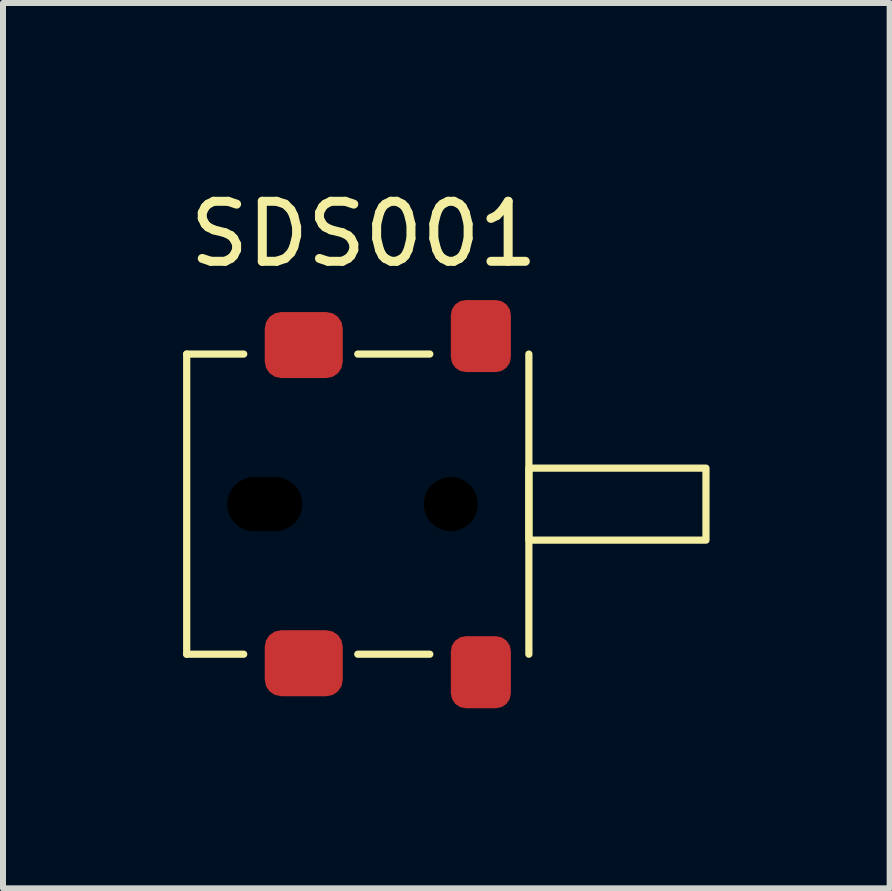
<source format=kicad_pcb>
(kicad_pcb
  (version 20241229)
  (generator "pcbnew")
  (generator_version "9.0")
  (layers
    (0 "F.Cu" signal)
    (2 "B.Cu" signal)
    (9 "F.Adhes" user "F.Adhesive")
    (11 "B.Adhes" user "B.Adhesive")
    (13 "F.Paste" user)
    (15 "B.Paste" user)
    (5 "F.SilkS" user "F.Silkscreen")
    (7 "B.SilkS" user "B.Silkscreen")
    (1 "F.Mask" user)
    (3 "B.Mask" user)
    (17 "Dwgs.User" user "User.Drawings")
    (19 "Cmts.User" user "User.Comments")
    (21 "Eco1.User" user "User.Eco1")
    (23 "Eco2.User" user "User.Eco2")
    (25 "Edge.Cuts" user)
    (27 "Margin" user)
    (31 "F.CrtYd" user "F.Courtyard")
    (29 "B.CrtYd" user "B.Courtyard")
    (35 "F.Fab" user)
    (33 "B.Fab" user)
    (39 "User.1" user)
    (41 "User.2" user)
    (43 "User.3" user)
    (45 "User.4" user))
  (footprint "SDS001"
    (layer "F.Cu")
    (at 3.01 5.348)
    (property "Reference" "SDS001" (at 0 -4.5 0) (unlocked yes) (layer "F.SilkS") (effects (font (size 1 1) (thickness 0.15))))
    (attr smd)
    (fp_line (start -2.95 -2.5) (end -2 -2.5) (stroke (width 0.12) (type solid)) (layer "F.SilkS"))
    (fp_line (start -2.95 2.5) (end -2.95 -2.5) (stroke (width 0.12) (type solid)) (layer "F.SilkS"))
    (fp_line (start -2.95 2.5) (end -2 2.5) (stroke (width 0.12) (type solid)) (layer "F.SilkS"))
    (fp_line (start 1.1 -2.5) (end -0.1 -2.5) (stroke (width 0.12) (type solid)) (layer "F.SilkS"))
    (fp_line (start 1.1 2.5) (end -0.1 2.5) (stroke (width 0.12) (type solid)) (layer "F.SilkS"))
    (fp_line (start 2.75 -2.5) (end 2.75 2.5) (stroke (width 0.12) (type solid)) (layer "F.SilkS"))
    (fp_rect (start 2.75 -0.6) (end 5.7 0.6) (stroke (width 0.12) (type solid)) (fill no) (layer "F.SilkS"))
    (pad "" np_thru_hole oval (at -1.65 0) (size 1.35 1) (drill oval 1.25 0.9) (layers "*.Mask"))
    (pad "" smd roundrect (at -1 -2.65) (size 1.3 1.1) (layers "F.Cu" "F.Mask" "F.Paste") (roundrect_rratio 0.25))
    (pad "" smd roundrect (at -1 2.65) (size 1.3 1.1) (layers "F.Cu" "F.Mask" "F.Paste") (roundrect_rratio 0.25))
    (pad "" np_thru_hole circle (at 1.45 0) (size 1 1) (drill 0.9) (layers "*.Mask"))
    (pad "1" smd roundrect (at 1.95 -2.8) (size 1 1.2) (layers "F.Cu" "F.Mask" "F.Paste") (roundrect_rratio 0.25))
    (pad "2" smd roundrect (at 1.95 2.8) (size 1 1.2) (layers "F.Cu" "F.Mask" "F.Paste") (roundrect_rratio 0.25)))
  (gr_rect
    (start -3 -3)
    (end 11.77 11.748)
    (stroke (width 0.1) (type default))
    (fill no)
    (layer "Edge.Cuts")))
</source>
